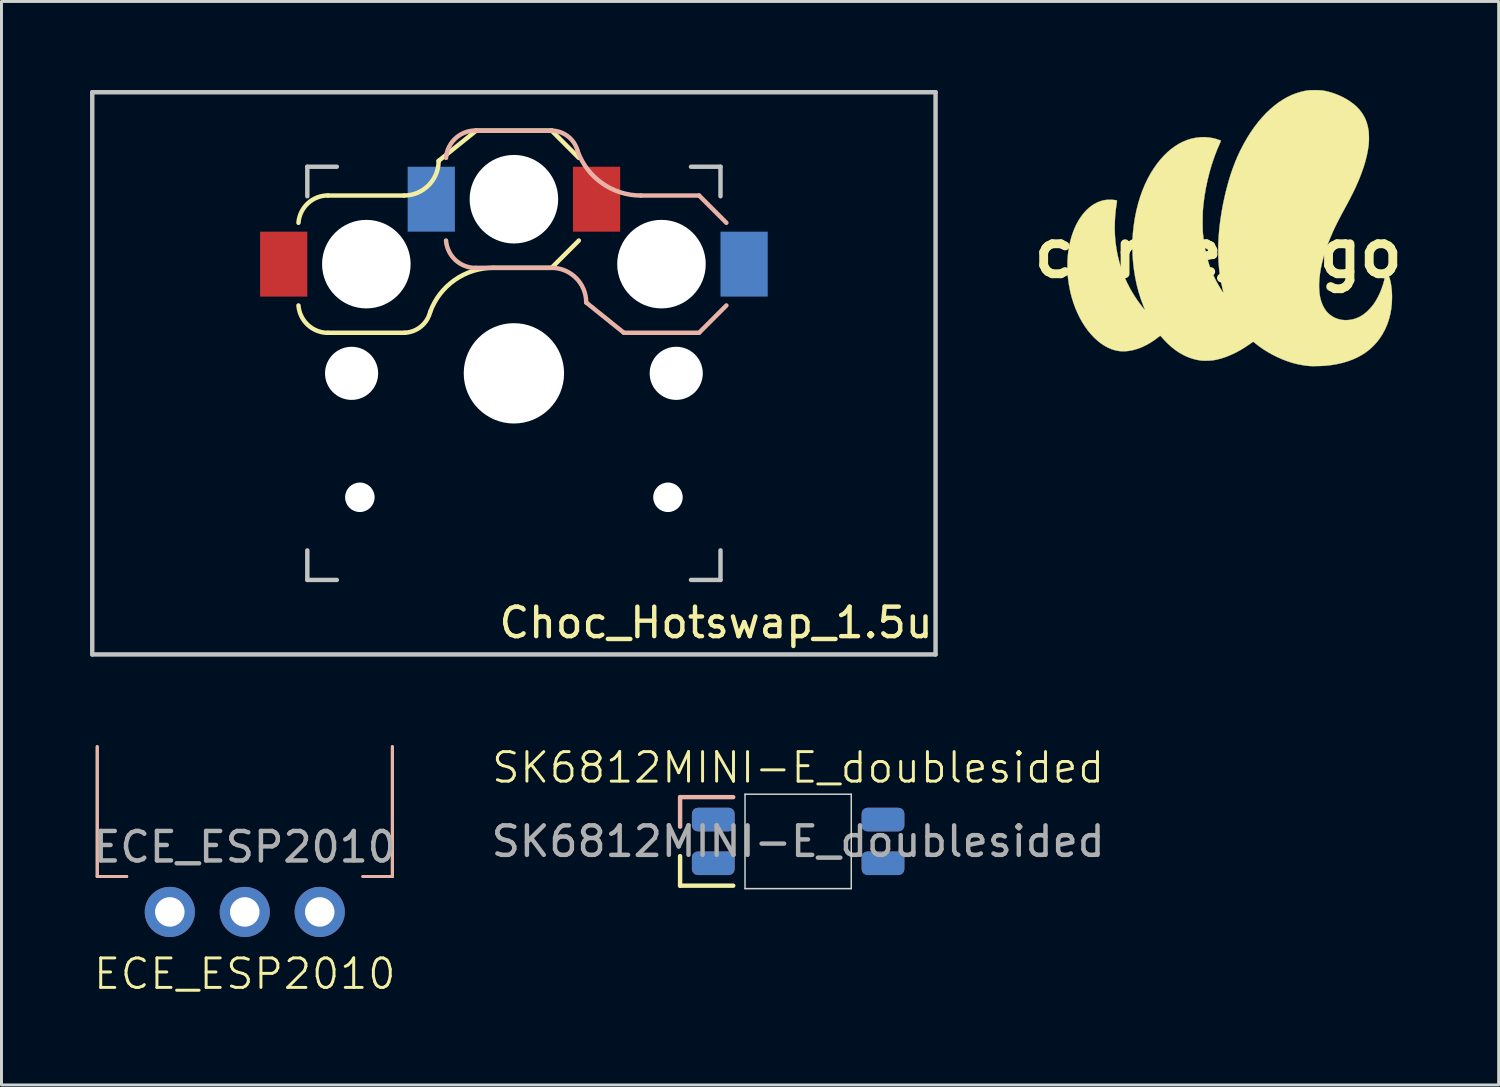
<source format=kicad_pcb>
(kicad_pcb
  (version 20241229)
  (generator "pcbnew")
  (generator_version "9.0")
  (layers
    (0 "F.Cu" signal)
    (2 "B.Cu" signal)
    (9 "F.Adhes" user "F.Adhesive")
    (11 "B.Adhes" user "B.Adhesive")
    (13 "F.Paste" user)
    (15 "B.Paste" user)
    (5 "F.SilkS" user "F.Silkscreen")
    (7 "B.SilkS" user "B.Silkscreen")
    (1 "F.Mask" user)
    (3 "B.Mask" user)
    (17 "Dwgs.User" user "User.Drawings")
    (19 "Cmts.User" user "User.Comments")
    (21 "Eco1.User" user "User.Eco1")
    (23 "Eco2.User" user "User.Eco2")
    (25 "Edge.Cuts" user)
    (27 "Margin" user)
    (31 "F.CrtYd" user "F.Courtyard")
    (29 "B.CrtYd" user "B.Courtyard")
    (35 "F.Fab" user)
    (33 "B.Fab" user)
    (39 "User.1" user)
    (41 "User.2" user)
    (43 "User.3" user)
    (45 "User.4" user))
  (footprint "Choc_Hotswap_1.5u"
    (layer "F.Cu")
    (at 14.363 9.6)
    (property "Reference" "Choc_Hotswap_1.5u" (at 6.85 8.45 180) (layer "F.SilkS") (effects (font (size 1 1) (thickness 0.15))))
    (attr through_hole)
    (fp_line (start -6.3 -6.025) (end -3.725 -6.025) (stroke (width 0.15) (type solid)) (layer "F.SilkS"))
    (fp_line (start -6.3 -1.375) (end -3.7 -1.375) (stroke (width 0.15) (type solid)) (layer "F.SilkS"))
    (fp_line (start -1.275 -8.225) (end -2.55 -7.2) (stroke (width 0.15) (type solid)) (layer "F.SilkS"))
    (fp_line (start -1.275 -8.225) (end 1.275 -8.225) (stroke (width 0.15) (type solid)) (layer "F.SilkS"))
    (fp_line (start -0.7 -3.575) (end 1.275 -3.575) (stroke (width 0.15) (type solid)) (layer "F.SilkS"))
    (fp_line (start 2.2 -7.3) (end 1.275 -8.225) (stroke (width 0.15) (type solid)) (layer "F.SilkS"))
    (fp_line (start 2.2 -4.5) (end 1.275 -3.575) (stroke (width 0.15) (type solid)) (layer "F.SilkS"))
    (fp_arc (start -7.3 -5.1) (mid -6.982061 -5.760131) (end -6.3 -6.027808) (stroke (width 0.15) (type solid)) (layer "F.SilkS"))
    (fp_arc (start -6.3 -1.372192) (mid -6.982061 -1.639869) (end -7.3 -2.3) (stroke (width 0.15) (type solid)) (layer "F.SilkS"))
    (fp_arc (start -2.837801 -2.078096) (mid -3.151716 -1.583979) (end -3.699005 -1.376209) (stroke (width 0.15) (type solid)) (layer "F.SilkS"))
    (fp_arc (start -2.837801 -2.078096) (mid -2.004886 -3.163571) (end -0.7 -3.575) (stroke (width 0.15) (type solid)) (layer "F.SilkS"))
    (fp_arc (start -2.55 -7.2) (mid -2.89415 -6.36915) (end -3.725 -6.025) (stroke (width 0.15) (type solid)) (layer "F.SilkS"))
    (fp_line (start -1.3 -8.225) (end 1.3 -8.225) (stroke (width 0.15) (type solid)) (layer "B.SilkS"))
    (fp_line (start -1.3 -3.575) (end 1.275 -3.575) (stroke (width 0.15) (type solid)) (layer "B.SilkS"))
    (fp_line (start 3.725 -1.375) (end 2.45 -2.4) (stroke (width 0.15) (type solid)) (layer "B.SilkS"))
    (fp_line (start 3.725 -1.375) (end 6.275 -1.375) (stroke (width 0.15) (type solid)) (layer "B.SilkS"))
    (fp_line (start 4.3 -6.025) (end 6.275 -6.025) (stroke (width 0.15) (type solid)) (layer "B.SilkS"))
    (fp_line (start 7.2 -5.1) (end 6.275 -6.025) (stroke (width 0.15) (type solid)) (layer "B.SilkS"))
    (fp_line (start 7.2 -2.3) (end 6.275 -1.375) (stroke (width 0.15) (type solid)) (layer "B.SilkS"))
    (fp_arc (start -2.3 -7.3) (mid -1.982061 -7.960131) (end -1.3 -8.227808) (stroke (width 0.15) (type solid)) (layer "B.SilkS"))
    (fp_arc (start -1.3 -3.572192) (mid -1.982061 -3.839869) (end -2.3 -4.5) (stroke (width 0.15) (type solid)) (layer "B.SilkS"))
    (fp_arc (start 1.275 -3.575) (mid 2.10585 -3.23085) (end 2.45 -2.4) (stroke (width 0.15) (type solid)) (layer "B.SilkS"))
    (fp_arc (start 1.300996 -8.223791) (mid 1.848286 -8.016021) (end 2.162199 -7.521903) (stroke (width 0.15) (type solid)) (layer "B.SilkS"))
    (fp_arc (start 4.3 -6.025) (mid 2.995114 -6.436429) (end 2.162199 -7.521904) (stroke (width 0.15) (type solid)) (layer "B.SilkS"))
    (fp_line (start -14.287 -9.525) (end 14.287 -9.525) (stroke (width 0.15) (type solid)) (layer "Dwgs.User"))
    (fp_line (start -14.287 9.525) (end -14.287 -9.525) (stroke (width 0.15) (type solid)) (layer "Dwgs.User"))
    (fp_line (start -7 -7) (end -7 -6) (stroke (width 0.15) (type solid)) (layer "Dwgs.User"))
    (fp_line (start -7 6) (end -7 7) (stroke (width 0.15) (type solid)) (layer "Dwgs.User"))
    (fp_line (start -7 7) (end -6 7) (stroke (width 0.15) (type solid)) (layer "Dwgs.User"))
    (fp_line (start -6 -7) (end -7 -7) (stroke (width 0.15) (type solid)) (layer "Dwgs.User"))
    (fp_line (start 6 -7) (end 7 -7) (stroke (width 0.15) (type solid)) (layer "Dwgs.User"))
    (fp_line (start 7 -7) (end 7 -6) (stroke (width 0.15) (type solid)) (layer "Dwgs.User"))
    (fp_line (start 7 6) (end 7 7) (stroke (width 0.15) (type solid)) (layer "Dwgs.User"))
    (fp_line (start 7 7) (end 6 7) (stroke (width 0.15) (type solid)) (layer "Dwgs.User"))
    (fp_line (start 14.287 -9.525) (end 14.287 9.525) (stroke (width 0.15) (type solid)) (layer "Dwgs.User"))
    (fp_line (start 14.287 9.525) (end -14.287 9.525) (stroke (width 0.15) (type solid)) (layer "Dwgs.User"))
    (pad "" np_thru_hole circle (at -5.5 0 270) (size 1.8 1.8) (drill 1.8) (layers "*.Cu" "*.Mask"))
    (pad "" np_thru_hole circle (at -5.22 4.2) (size 1 1) (drill 1) (layers "*.Cu" "*.Mask"))
    (pad "" np_thru_hole circle (at -5 -3.7 90) (size 3 3) (drill 3) (layers "*.Cu" "*.Mask"))
    (pad "" np_thru_hole circle (at 0 -5.9 270) (size 3 3) (drill 3) (layers "*.Cu" "*.Mask"))
    (pad "" np_thru_hole circle (at 0 0 270) (size 3.4 3.4) (drill 3.4) (layers "*.Cu" "*.Mask"))
    (pad "" np_thru_hole circle (at 5 -3.7 270) (size 3 3) (drill 3) (layers "*.Cu" "*.Mask"))
    (pad "" np_thru_hole circle (at 5.22 4.2) (size 1 1) (drill 1) (layers "*.Cu" "*.Mask"))
    (pad "" np_thru_hole circle (at 5.5 0 270) (size 1.8 1.8) (drill 1.8) (layers "*.Cu" "*.Mask"))
    (pad "1" smd rect (at -7.8 -3.7) (size 1.6 2.2) (layers "F.Cu" "F.Mask" "F.Paste"))
    (pad "1" smd rect (at 7.8 -3.7) (size 1.6 2.2) (layers "B.Cu" "B.Mask" "B.Paste"))
    (pad "2" smd rect (at -2.8 -5.9) (size 1.6 2.2) (layers "B.Cu" "B.Mask" "B.Paste"))
    (pad "2" smd rect (at 2.8 -5.9) (size 1.6 2.2) (layers "F.Cu" "F.Mask" "F.Paste")))
  (footprint "ECE_ESP2010"
    (layer "F.Cu")
    (at 5.244 27.85)
    (property "Reference" "ECE_ESP2010" (at 0 2.1 0) (unlocked yes) (layer "F.SilkS") (effects (font (size 1 1) (thickness 0.1))))
    (attr through_hole)
    (fp_line (start -5 -1.2) (end -5 -5.6) (stroke (width 0.1) (type default)) (layer "F.SilkS"))
    (fp_line (start -4 -1.2) (end -5 -1.2) (stroke (width 0.1) (type default)) (layer "F.SilkS"))
    (fp_line (start 4 -1.2) (end 5 -1.2) (stroke (width 0.1) (type default)) (layer "F.SilkS"))
    (fp_line (start 5 -1.2) (end 5 -5.6) (stroke (width 0.1) (type default)) (layer "F.SilkS"))
    (fp_line (start -5 -1.2) (end -5 -5.6) (stroke (width 0.1) (type default)) (layer "B.SilkS"))
    (fp_line (start -4 -1.2) (end -5 -1.2) (stroke (width 0.1) (type default)) (layer "B.SilkS"))
    (fp_line (start 4 -1.2) (end 5 -1.2) (stroke (width 0.1) (type solid)) (layer "B.SilkS"))
    (fp_line (start 5 -1.2) (end 5 -5.6) (stroke (width 0.1) (type solid)) (layer "B.SilkS"))
    (fp_text user "${REFERENCE}" (at 0 -2.2 0) (unlocked yes) (layer "F.Fab") (effects (font (size 1 1) (thickness 0.15))))
    (pad "1" thru_hole circle (at -2.54 0) (size 1.7 1.7) (drill 1) (layers "*.Cu" "*.Mask"))
    (pad "2" thru_hole circle (at 0 0) (size 1.7 1.7) (drill 1) (layers "*.Cu" "*.Mask"))
    (pad "3" thru_hole circle (at 2.54 0) (size 1.7 1.7) (drill 1) (layers "*.Cu" "*.Mask")))
  (footprint "corne_logo"
    (layer "F.Cu")
    (at 38.089 5.291)
    (property "Reference" "corne_logo" (at 0.139 0.245 0) (layer "F.SilkS") (effects (font (size 1.524 1.524) (thickness 0.3))))
    (attr through_hole)
    (fp_poly (pts (xy 3.414 -5.286) (xy 3.491 -5.285) (xy 3.557 -5.283) (xy 3.616 -5.279) (xy 3.67 -5.274) (xy 3.724 -5.266) (xy 3.779 -5.255) (xy 3.84 -5.241) (xy 3.856 -5.238) (xy 3.99 -5.2) (xy 4.125 -5.153) (xy 4.257 -5.098) (xy 4.385 -5.036) (xy 4.507 -4.968) (xy 4.621 -4.894) (xy 4.726 -4.816) (xy 4.819 -4.735) (xy 4.824 -4.73) (xy 4.918 -4.632) (xy 4.999 -4.529) (xy 5.068 -4.421) (xy 5.126 -4.308) (xy 5.172 -4.187) (xy 5.207 -4.059) (xy 5.232 -3.922) (xy 5.234 -3.912) (xy 5.239 -3.859) (xy 5.243 -3.796) (xy 5.245 -3.726) (xy 5.246 -3.652) (xy 5.245 -3.579) (xy 5.242 -3.509) (xy 5.237 -3.446) (xy 5.234 -3.414) (xy 5.208 -3.241) (xy 5.172 -3.064) (xy 5.126 -2.88) (xy 5.069 -2.691) (xy 5.001 -2.495) (xy 4.923 -2.292) (xy 4.833 -2.082) (xy 4.791 -1.988) (xy 4.762 -1.927) (xy 4.728 -1.857) (xy 4.69 -1.779) (xy 4.647 -1.696) (xy 4.603 -1.609) (xy 4.557 -1.521) (xy 4.511 -1.434) (xy 4.466 -1.35) (xy 4.423 -1.272) (xy 4.413 -1.253) (xy 4.37 -1.176) (xy 4.325 -1.092) (xy 4.279 -1.005) (xy 4.233 -0.915) (xy 4.187 -0.826) (xy 4.143 -0.739) (xy 4.103 -0.656) (xy 4.066 -0.58) (xy 4.034 -0.512) (xy 4.019 -0.477) (xy 3.926 -0.259) (xy 3.844 -0.046) (xy 3.771 0.162) (xy 3.709 0.365) (xy 3.658 0.562) (xy 3.616 0.752) (xy 3.586 0.936) (xy 3.566 1.112) (xy 3.557 1.281) (xy 3.557 1.4) (xy 3.564 1.524) (xy 3.576 1.638) (xy 3.594 1.742) (xy 3.62 1.84) (xy 3.652 1.934) (xy 3.692 2.025) (xy 3.734 2.104) (xy 3.779 2.172) (xy 3.829 2.233) (xy 3.857 2.262) (xy 3.935 2.332) (xy 4.022 2.39) (xy 4.114 2.437) (xy 4.212 2.472) (xy 4.315 2.495) (xy 4.421 2.506) (xy 4.531 2.504) (xy 4.642 2.49) (xy 4.712 2.475) (xy 4.812 2.444) (xy 4.906 2.405) (xy 4.996 2.356) (xy 5.084 2.295) (xy 5.171 2.223) (xy 5.23 2.166) (xy 5.3 2.092) (xy 5.363 2.018) (xy 5.421 1.94) (xy 5.476 1.855) (xy 5.53 1.76) (xy 5.557 1.709) (xy 5.606 1.608) (xy 5.651 1.503) (xy 5.691 1.394) (xy 5.727 1.285) (xy 5.757 1.178) (xy 5.78 1.075) (xy 5.796 0.979) (xy 5.805 0.89) (xy 5.805 0.89) (xy 5.806 0.86) (xy 5.809 0.835) (xy 5.811 0.818) (xy 5.813 0.813) (xy 5.819 0.819) (xy 5.83 0.834) (xy 5.845 0.856) (xy 5.86 0.881) (xy 5.875 0.908) (xy 5.881 0.921) (xy 5.92 1.011) (xy 5.954 1.113) (xy 5.981 1.225) (xy 6.002 1.347) (xy 6.017 1.477) (xy 6.026 1.614) (xy 6.028 1.73) (xy 6.022 1.92) (xy 6.004 2.105) (xy 5.974 2.283) (xy 5.931 2.455) (xy 5.877 2.621) (xy 5.81 2.782) (xy 5.781 2.842) (xy 5.7 2.991) (xy 5.608 3.131) (xy 5.507 3.261) (xy 5.396 3.381) (xy 5.276 3.492) (xy 5.146 3.594) (xy 5.006 3.685) (xy 4.856 3.767) (xy 4.698 3.839) (xy 4.529 3.901) (xy 4.352 3.953) (xy 4.165 3.996) (xy 3.968 4.029) (xy 3.778 4.05) (xy 3.726 4.054) (xy 3.666 4.057) (xy 3.6 4.06) (xy 3.532 4.062) (xy 3.462 4.063) (xy 3.396 4.064) (xy 3.334 4.064) (xy 3.28 4.063) (xy 3.236 4.061) (xy 3.225 4.06) (xy 3.093 4.046) (xy 2.954 4.024) (xy 2.813 3.995) (xy 2.676 3.961) (xy 2.629 3.947) (xy 2.465 3.893) (xy 2.3 3.829) (xy 2.135 3.755) (xy 1.972 3.674) (xy 1.814 3.585) (xy 1.663 3.491) (xy 1.522 3.392) (xy 1.403 3.299) (xy 1.378 3.279) (xy 1.357 3.261) (xy 1.342 3.249) (xy 1.336 3.244) (xy 1.33 3.242) (xy 1.323 3.242) (xy 1.311 3.247) (xy 1.294 3.258) (xy 1.27 3.274) (xy 1.237 3.297) (xy 1.233 3.3) (xy 1.065 3.414) (xy 0.898 3.517) (xy 0.732 3.607) (xy 0.567 3.685) (xy 0.404 3.751) (xy 0.244 3.804) (xy 0.086 3.845) (xy -0.002 3.862) (xy -0.05 3.868) (xy -0.107 3.874) (xy -0.171 3.878) (xy -0.236 3.88) (xy -0.301 3.881) (xy -0.361 3.88) (xy -0.413 3.878) (xy -0.438 3.876) (xy -0.588 3.851) (xy -0.735 3.813) (xy -0.881 3.762) (xy -1.023 3.698) (xy -1.163 3.62) (xy -1.299 3.53) (xy -1.432 3.427) (xy -1.562 3.311) (xy -1.687 3.183) (xy -1.74 3.125) (xy -1.773 3.087) (xy -1.799 3.06) (xy -1.818 3.043) (xy -1.828 3.036) (xy -1.83 3.036) (xy -1.838 3.043) (xy -1.855 3.056) (xy -1.876 3.072) (xy -1.886 3.08) (xy -2.032 3.188) (xy -2.178 3.283) (xy -2.323 3.363) (xy -2.468 3.431) (xy -2.613 3.484) (xy -2.757 3.524) (xy -2.901 3.55) (xy -2.994 3.559) (xy -3.116 3.562) (xy -3.235 3.552) (xy -3.353 3.528) (xy -3.47 3.492) (xy -3.587 3.442) (xy -3.601 3.436) (xy -3.725 3.368) (xy -3.846 3.287) (xy -3.962 3.194) (xy -4.074 3.089) (xy -4.182 2.974) (xy -4.284 2.849) (xy -4.381 2.714) (xy -4.472 2.57) (xy -4.556 2.418) (xy -4.634 2.258) (xy -4.705 2.092) (xy -4.768 1.918) (xy -4.823 1.74) (xy -4.871 1.556) (xy -4.909 1.367) (xy -4.926 1.266) (xy -4.939 1.173) (xy -4.95 1.087) (xy -4.958 1.003) (xy -4.963 0.918) (xy -4.967 0.826) (xy -4.969 0.745) (xy -4.97 0.625) (xy -4.968 0.515) (xy -4.964 0.411) (xy -4.955 0.309) (xy -4.944 0.205) (xy -4.943 0.202) (xy -4.917 0.029) (xy -4.882 -0.139) (xy -4.84 -0.3) (xy -4.789 -0.453) (xy -4.732 -0.6) (xy -4.668 -0.738) (xy -4.597 -0.867) (xy -4.52 -0.987) (xy -4.437 -1.098) (xy -4.349 -1.198) (xy -4.255 -1.288) (xy -4.157 -1.367) (xy -4.054 -1.433) (xy -3.946 -1.488) (xy -3.843 -1.527) (xy -3.754 -1.552) (xy -3.667 -1.567) (xy -3.578 -1.574) (xy -3.499 -1.573) (xy -3.45 -1.571) (xy -3.405 -1.567) (xy -3.364 -1.563) (xy -3.33 -1.558) (xy -3.306 -1.552) (xy -3.292 -1.547) (xy -3.292 -1.546) (xy -3.291 -1.538) (xy -3.293 -1.519) (xy -3.296 -1.491) (xy -3.301 -1.457) (xy -3.305 -1.43) (xy -3.334 -1.224) (xy -3.354 -1.013) (xy -3.365 -0.801) (xy -3.368 -0.591) (xy -3.362 -0.386) (xy -3.347 -0.187) (xy -3.344 -0.155) (xy -3.311 0.087) (xy -3.265 0.325) (xy -3.207 0.559) (xy -3.135 0.787) (xy -3.051 1.011) (xy -2.954 1.23) (xy -2.845 1.442) (xy -2.723 1.649) (xy -2.59 1.85) (xy -2.444 2.045) (xy -2.437 2.054) (xy -2.408 2.089) (xy -2.388 2.115) (xy -2.373 2.133) (xy -2.364 2.145) (xy -2.358 2.151) (xy -2.355 2.153) (xy -2.353 2.152) (xy -2.352 2.151) (xy -2.352 2.15) (xy -2.353 2.143) (xy -2.359 2.125) (xy -2.368 2.098) (xy -2.381 2.065) (xy -2.396 2.028) (xy -2.396 2.027) (xy -2.484 1.79) (xy -2.56 1.546) (xy -2.625 1.295) (xy -2.678 1.037) (xy -2.719 0.773) (xy -2.749 0.503) (xy -2.761 0.319) (xy -2.764 0.259) (xy -2.766 0.19) (xy -2.766 0.112) (xy -2.766 0.029) (xy -2.766 -0.056) (xy -2.764 -0.141) (xy -2.762 -0.224) (xy -2.76 -0.302) (xy -2.756 -0.373) (xy -2.752 -0.433) (xy -2.751 -0.453) (xy -2.722 -0.71) (xy -2.684 -0.959) (xy -2.635 -1.203) (xy -2.576 -1.438) (xy -2.508 -1.666) (xy -2.43 -1.885) (xy -2.342 -2.095) (xy -2.245 -2.296) (xy -2.237 -2.31) (xy -2.142 -2.482) (xy -2.04 -2.643) (xy -1.933 -2.795) (xy -1.82 -2.936) (xy -1.703 -3.065) (xy -1.582 -3.184) (xy -1.456 -3.291) (xy -1.326 -3.386) (xy -1.193 -3.469) (xy -1.058 -3.539) (xy -0.919 -3.596) (xy -0.779 -3.64) (xy -0.756 -3.646) (xy -0.61 -3.675) (xy -0.464 -3.691) (xy -0.319 -3.694) (xy -0.174 -3.683) (xy -0.031 -3.658) (xy 0.009 -3.648) (xy 0.04 -3.64) (xy 0.075 -3.63) (xy 0.111 -3.618) (xy 0.147 -3.607) (xy 0.179 -3.596) (xy 0.205 -3.586) (xy 0.224 -3.578) (xy 0.232 -3.574) (xy 0.232 -3.573) (xy 0.23 -3.565) (xy 0.222 -3.548) (xy 0.212 -3.523) (xy 0.204 -3.507) (xy 0.1 -3.267) (xy 0.005 -3.018) (xy -0.082 -2.761) (xy -0.158 -2.498) (xy -0.225 -2.229) (xy -0.282 -1.958) (xy -0.328 -1.684) (xy -0.363 -1.411) (xy -0.376 -1.274) (xy -0.38 -1.225) (xy -0.383 -1.166) (xy -0.385 -1.097) (xy -0.387 -1.023) (xy -0.388 -0.944) (xy -0.389 -0.863) (xy -0.389 -0.782) (xy -0.389 -0.704) (xy -0.388 -0.629) (xy -0.386 -0.561) (xy -0.384 -0.501) (xy -0.381 -0.453) (xy -0.38 -0.436) (xy -0.355 -0.207) (xy -0.322 0.012) (xy -0.281 0.221) (xy -0.23 0.423) (xy -0.171 0.619) (xy -0.102 0.808) (xy -0.023 0.993) (xy 0.028 1.1) (xy 0.05 1.144) (xy 0.075 1.191) (xy 0.103 1.241) (xy 0.131 1.293) (xy 0.161 1.343) (xy 0.19 1.392) (xy 0.217 1.438) (xy 0.243 1.479) (xy 0.266 1.514) (xy 0.284 1.541) (xy 0.299 1.56) (xy 0.307 1.568) (xy 0.309 1.568) (xy 0.311 1.569) (xy 0.313 1.568) (xy 0.314 1.564) (xy 0.312 1.555) (xy 0.309 1.54) (xy 0.303 1.516) (xy 0.294 1.481) (xy 0.291 1.468) (xy 0.239 1.239) (xy 0.198 1.002) (xy 0.168 0.757) (xy 0.148 0.504) (xy 0.139 0.245) (xy 0.14 -0.021) (xy 0.152 -0.293) (xy 0.174 -0.57) (xy 0.207 -0.852) (xy 0.25 -1.139) (xy 0.303 -1.43) (xy 0.367 -1.724) (xy 0.4 -1.863) (xy 0.456 -2.078) (xy 0.514 -2.282) (xy 0.575 -2.475) (xy 0.64 -2.66) (xy 0.708 -2.839) (xy 0.781 -3.013) (xy 0.86 -3.185) (xy 0.899 -3.265) (xy 1.006 -3.471) (xy 1.119 -3.668) (xy 1.237 -3.856) (xy 1.36 -4.033) (xy 1.487 -4.2) (xy 1.619 -4.356) (xy 1.755 -4.501) (xy 1.894 -4.635) (xy 2.037 -4.757) (xy 2.182 -4.868) (xy 2.331 -4.966) (xy 2.482 -5.052) (xy 2.634 -5.125) (xy 2.789 -5.184) (xy 2.945 -5.231) (xy 2.946 -5.231) (xy 3.011 -5.247) (xy 3.067 -5.259) (xy 3.118 -5.269) (xy 3.168 -5.276) (xy 3.218 -5.281) (xy 3.272 -5.284) (xy 3.334 -5.285) (xy 3.406 -5.286) (xy 3.414 -5.286)) (stroke (width 0.01) (type solid)) (fill yes) (layer "F.SilkS")))
  (footprint "SK6812MINI-E_doublesided"
    (layer "F.Cu")
    (at 23.994 25.46)
    (property "Reference" "SK6812MINI-E_doublesided" (at 0 -2.5 0) (unlocked yes) (layer "F.SilkS") (effects (font (size 1 1) (thickness 0.1))))
    (attr through_hole)
    (fp_line (start -4 0.5) (end -4 1.5) (stroke (width 0.15) (type default)) (layer "F.SilkS"))
    (fp_line (start -4 1.5) (end -2.2 1.5) (stroke (width 0.15) (type default)) (layer "F.SilkS"))
    (fp_line (start -4 -1.5) (end -2.2 -1.5) (stroke (width 0.15) (type default)) (layer "B.SilkS"))
    (fp_line (start -4 -0.5) (end -4 -1.5) (stroke (width 0.15) (type default)) (layer "B.SilkS"))
    (fp_line (start -1.8 -1.6) (end 1.8 -1.6) (stroke (width 0.05) (type default)) (layer "Edge.Cuts"))
    (fp_line (start -1.8 1.6) (end -1.8 -1.6) (stroke (width 0.05) (type default)) (layer "Edge.Cuts"))
    (fp_line (start 1.8 -1.6) (end 1.8 1.6) (stroke (width 0.05) (type default)) (layer "Edge.Cuts"))
    (fp_line (start 1.8 1.6) (end -1.8 1.6) (stroke (width 0.05) (type default)) (layer "Edge.Cuts"))
    (fp_text user "${REFERENCE}" (at 0 0 0) (unlocked yes) (layer "F.Fab") (effects (font (size 1 1) (thickness 0.15))))
    (pad "1" smd roundrect (at -2.875 -0.74) (size 1.45 0.8) (layers "B.Cu" "B.Mask" "B.Paste") (roundrect_rratio 0.25))
    (pad "1" smd roundrect (at -2.875 0.74) (size 1.45 0.8) (layers "F.Cu" "F.Mask" "F.Paste") (roundrect_rratio 0.25))
    (pad "2" smd roundrect (at -2.875 -0.74) (size 1.45 0.8) (layers "F.Cu" "F.Mask" "F.Paste") (roundrect_rratio 0.25))
    (pad "2" smd roundrect (at -2.875 0.74) (size 1.45 0.8) (layers "B.Cu" "B.Mask" "B.Paste") (roundrect_rratio 0.25))
    (pad "3" smd roundrect (at 2.875 -0.74) (size 1.45 0.8) (layers "F.Cu" "F.Mask" "F.Paste") (roundrect_rratio 0.25))
    (pad "3" smd roundrect (at 2.875 0.74) (size 1.45 0.8) (layers "B.Cu" "B.Mask" "B.Paste") (roundrect_rratio 0.25))
    (pad "4" smd roundrect (at 2.875 -0.74) (size 1.45 0.8) (layers "B.Cu" "B.Mask" "B.Paste") (roundrect_rratio 0.25))
    (pad "4" smd roundrect (at 2.875 0.74) (size 1.45 0.8) (layers "F.Cu" "F.Mask" "F.Paste") (roundrect_rratio 0.25)))
  (gr_rect
    (start -3 -3)
    (end 47.73 33.711)
    (stroke (width 0.1) (type default))
    (fill no)
    (layer "Edge.Cuts")))
</source>
